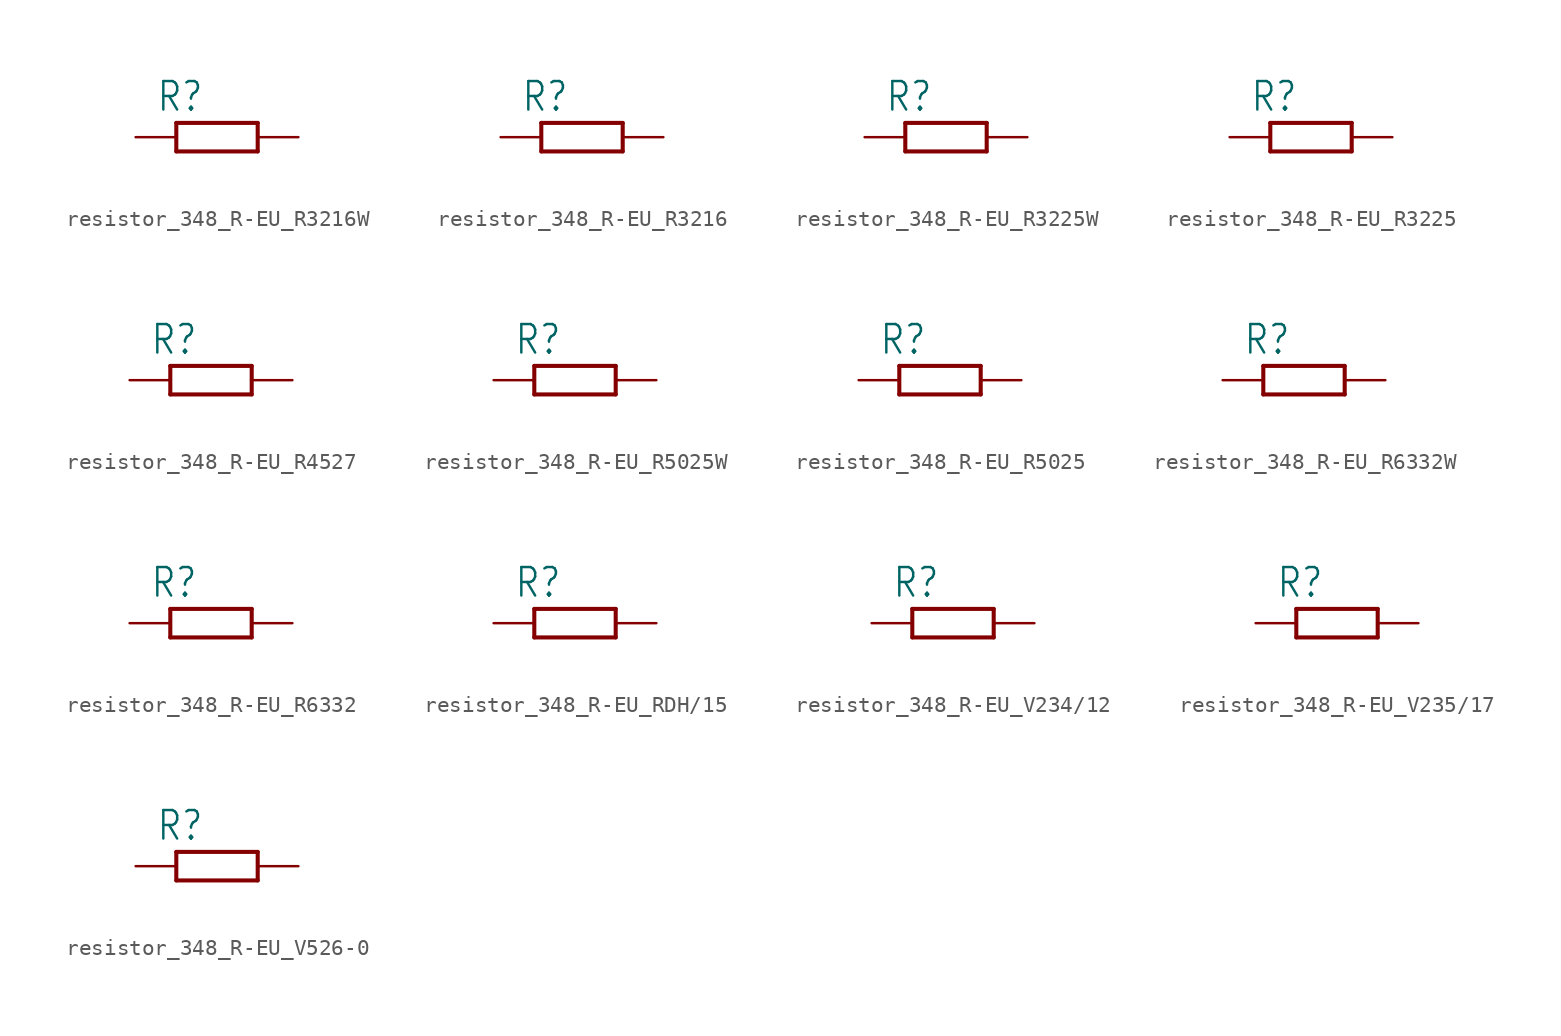
<source format=kicad_sym>
(kicad_symbol_lib
  (version 20241209)
  (generator "kicad_symbol_editor")
  (generator_version "9.0")
  (symbol "resistor_348_R-EU_R3216W"
    (property "Reference" "R"
      (at -3.81 1.499 0)
      (effects (font (size 1.778 1.511)) (justify left bottom)))
    (property "Value" ""
      (at -3.81 -3.302 0)
      (effects (font (size 1.778 1.511)) (justify left bottom)))
    (property "ki_locked" ""
      (at 0 0 0)
      (effects (font (size 1.27 1.27))))
    (symbol "resistor_348_R-EU_R3216W_1_0"
      (polyline (pts (xy -2.54 -0.889) (xy -2.54 0.889)) (stroke (width 0.254) (type solid)) (fill (type none)))
      (polyline (pts (xy -2.54 -0.889) (xy 2.54 -0.889)) (stroke (width 0.254) (type solid)) (fill (type none)))
      (polyline (pts (xy 2.54 0.889) (xy -2.54 0.889)) (stroke (width 0.254) (type solid)) (fill (type none)))
      (polyline (pts (xy 2.54 -0.889) (xy 2.54 0.889)) (stroke (width 0.254) (type solid)) (fill (type none)))
      (pin passive line (at -5.08 0 0) (length 2.54) (name "1" (effects (font (size 0 0)))) (number "1" (effects (font (size 0 0)))))
      (pin passive line (at 5.08 0 180) (length 2.54) (name "2" (effects (font (size 0 0)))) (number "2" (effects (font (size 0 0)))))))
  (symbol "resistor_348_R-EU_R3216"
    (property "Reference" "R"
      (at -3.81 1.499 0)
      (effects (font (size 1.778 1.511)) (justify left bottom)))
    (property "Value" ""
      (at -3.81 -3.302 0)
      (effects (font (size 1.778 1.511)) (justify left bottom)))
    (property "ki_locked" ""
      (at 0 0 0)
      (effects (font (size 1.27 1.27))))
    (symbol "resistor_348_R-EU_R3216_1_0"
      (polyline (pts (xy -2.54 -0.889) (xy -2.54 0.889)) (stroke (width 0.254) (type solid)) (fill (type none)))
      (polyline (pts (xy -2.54 -0.889) (xy 2.54 -0.889)) (stroke (width 0.254) (type solid)) (fill (type none)))
      (polyline (pts (xy 2.54 0.889) (xy -2.54 0.889)) (stroke (width 0.254) (type solid)) (fill (type none)))
      (polyline (pts (xy 2.54 -0.889) (xy 2.54 0.889)) (stroke (width 0.254) (type solid)) (fill (type none)))
      (pin passive line (at -5.08 0 0) (length 2.54) (name "1" (effects (font (size 0 0)))) (number "1" (effects (font (size 0 0)))))
      (pin passive line (at 5.08 0 180) (length 2.54) (name "2" (effects (font (size 0 0)))) (number "2" (effects (font (size 0 0)))))))
  (symbol "resistor_348_R-EU_R3225W"
    (property "Reference" "R"
      (at -3.81 1.499 0)
      (effects (font (size 1.778 1.511)) (justify left bottom)))
    (property "Value" ""
      (at -3.81 -3.302 0)
      (effects (font (size 1.778 1.511)) (justify left bottom)))
    (property "ki_locked" ""
      (at 0 0 0)
      (effects (font (size 1.27 1.27))))
    (symbol "resistor_348_R-EU_R3225W_1_0"
      (polyline (pts (xy -2.54 -0.889) (xy -2.54 0.889)) (stroke (width 0.254) (type solid)) (fill (type none)))
      (polyline (pts (xy -2.54 -0.889) (xy 2.54 -0.889)) (stroke (width 0.254) (type solid)) (fill (type none)))
      (polyline (pts (xy 2.54 0.889) (xy -2.54 0.889)) (stroke (width 0.254) (type solid)) (fill (type none)))
      (polyline (pts (xy 2.54 -0.889) (xy 2.54 0.889)) (stroke (width 0.254) (type solid)) (fill (type none)))
      (pin passive line (at -5.08 0 0) (length 2.54) (name "1" (effects (font (size 0 0)))) (number "1" (effects (font (size 0 0)))))
      (pin passive line (at 5.08 0 180) (length 2.54) (name "2" (effects (font (size 0 0)))) (number "2" (effects (font (size 0 0)))))))
  (symbol "resistor_348_R-EU_R3225"
    (property "Reference" "R"
      (at -3.81 1.499 0)
      (effects (font (size 1.778 1.511)) (justify left bottom)))
    (property "Value" ""
      (at -3.81 -3.302 0)
      (effects (font (size 1.778 1.511)) (justify left bottom)))
    (property "ki_locked" ""
      (at 0 0 0)
      (effects (font (size 1.27 1.27))))
    (symbol "resistor_348_R-EU_R3225_1_0"
      (polyline (pts (xy -2.54 -0.889) (xy -2.54 0.889)) (stroke (width 0.254) (type solid)) (fill (type none)))
      (polyline (pts (xy -2.54 -0.889) (xy 2.54 -0.889)) (stroke (width 0.254) (type solid)) (fill (type none)))
      (polyline (pts (xy 2.54 0.889) (xy -2.54 0.889)) (stroke (width 0.254) (type solid)) (fill (type none)))
      (polyline (pts (xy 2.54 -0.889) (xy 2.54 0.889)) (stroke (width 0.254) (type solid)) (fill (type none)))
      (pin passive line (at -5.08 0 0) (length 2.54) (name "1" (effects (font (size 0 0)))) (number "1" (effects (font (size 0 0)))))
      (pin passive line (at 5.08 0 180) (length 2.54) (name "2" (effects (font (size 0 0)))) (number "2" (effects (font (size 0 0)))))))
  (symbol "resistor_348_R-EU_R4527"
    (property "Reference" "R"
      (at -3.81 1.499 0)
      (effects (font (size 1.778 1.511)) (justify left bottom)))
    (property "Value" ""
      (at -3.81 -3.302 0)
      (effects (font (size 1.778 1.511)) (justify left bottom)))
    (property "ki_locked" ""
      (at 0 0 0)
      (effects (font (size 1.27 1.27))))
    (symbol "resistor_348_R-EU_R4527_1_0"
      (polyline (pts (xy -2.54 -0.889) (xy -2.54 0.889)) (stroke (width 0.254) (type solid)) (fill (type none)))
      (polyline (pts (xy -2.54 -0.889) (xy 2.54 -0.889)) (stroke (width 0.254) (type solid)) (fill (type none)))
      (polyline (pts (xy 2.54 0.889) (xy -2.54 0.889)) (stroke (width 0.254) (type solid)) (fill (type none)))
      (polyline (pts (xy 2.54 -0.889) (xy 2.54 0.889)) (stroke (width 0.254) (type solid)) (fill (type none)))
      (pin passive line (at -5.08 0 0) (length 2.54) (name "1" (effects (font (size 0 0)))) (number "1" (effects (font (size 0 0)))))
      (pin passive line (at 5.08 0 180) (length 2.54) (name "2" (effects (font (size 0 0)))) (number "2" (effects (font (size 0 0)))))))
  (symbol "resistor_348_R-EU_R5025W"
    (property "Reference" "R"
      (at -3.81 1.499 0)
      (effects (font (size 1.778 1.511)) (justify left bottom)))
    (property "Value" ""
      (at -3.81 -3.302 0)
      (effects (font (size 1.778 1.511)) (justify left bottom)))
    (property "ki_locked" ""
      (at 0 0 0)
      (effects (font (size 1.27 1.27))))
    (symbol "resistor_348_R-EU_R5025W_1_0"
      (polyline (pts (xy -2.54 -0.889) (xy -2.54 0.889)) (stroke (width 0.254) (type solid)) (fill (type none)))
      (polyline (pts (xy -2.54 -0.889) (xy 2.54 -0.889)) (stroke (width 0.254) (type solid)) (fill (type none)))
      (polyline (pts (xy 2.54 0.889) (xy -2.54 0.889)) (stroke (width 0.254) (type solid)) (fill (type none)))
      (polyline (pts (xy 2.54 -0.889) (xy 2.54 0.889)) (stroke (width 0.254) (type solid)) (fill (type none)))
      (pin passive line (at -5.08 0 0) (length 2.54) (name "1" (effects (font (size 0 0)))) (number "1" (effects (font (size 0 0)))))
      (pin passive line (at 5.08 0 180) (length 2.54) (name "2" (effects (font (size 0 0)))) (number "2" (effects (font (size 0 0)))))))
  (symbol "resistor_348_R-EU_R5025"
    (property "Reference" "R"
      (at -3.81 1.499 0)
      (effects (font (size 1.778 1.511)) (justify left bottom)))
    (property "Value" ""
      (at -3.81 -3.302 0)
      (effects (font (size 1.778 1.511)) (justify left bottom)))
    (property "ki_locked" ""
      (at 0 0 0)
      (effects (font (size 1.27 1.27))))
    (symbol "resistor_348_R-EU_R5025_1_0"
      (polyline (pts (xy -2.54 -0.889) (xy -2.54 0.889)) (stroke (width 0.254) (type solid)) (fill (type none)))
      (polyline (pts (xy -2.54 -0.889) (xy 2.54 -0.889)) (stroke (width 0.254) (type solid)) (fill (type none)))
      (polyline (pts (xy 2.54 0.889) (xy -2.54 0.889)) (stroke (width 0.254) (type solid)) (fill (type none)))
      (polyline (pts (xy 2.54 -0.889) (xy 2.54 0.889)) (stroke (width 0.254) (type solid)) (fill (type none)))
      (pin passive line (at -5.08 0 0) (length 2.54) (name "1" (effects (font (size 0 0)))) (number "1" (effects (font (size 0 0)))))
      (pin passive line (at 5.08 0 180) (length 2.54) (name "2" (effects (font (size 0 0)))) (number "2" (effects (font (size 0 0)))))))
  (symbol "resistor_348_R-EU_R6332W"
    (property "Reference" "R"
      (at -3.81 1.499 0)
      (effects (font (size 1.778 1.511)) (justify left bottom)))
    (property "Value" ""
      (at -3.81 -3.302 0)
      (effects (font (size 1.778 1.511)) (justify left bottom)))
    (property "ki_locked" ""
      (at 0 0 0)
      (effects (font (size 1.27 1.27))))
    (symbol "resistor_348_R-EU_R6332W_1_0"
      (polyline (pts (xy -2.54 -0.889) (xy -2.54 0.889)) (stroke (width 0.254) (type solid)) (fill (type none)))
      (polyline (pts (xy -2.54 -0.889) (xy 2.54 -0.889)) (stroke (width 0.254) (type solid)) (fill (type none)))
      (polyline (pts (xy 2.54 0.889) (xy -2.54 0.889)) (stroke (width 0.254) (type solid)) (fill (type none)))
      (polyline (pts (xy 2.54 -0.889) (xy 2.54 0.889)) (stroke (width 0.254) (type solid)) (fill (type none)))
      (pin passive line (at -5.08 0 0) (length 2.54) (name "1" (effects (font (size 0 0)))) (number "1" (effects (font (size 0 0)))))
      (pin passive line (at 5.08 0 180) (length 2.54) (name "2" (effects (font (size 0 0)))) (number "2" (effects (font (size 0 0)))))))
  (symbol "resistor_348_R-EU_R6332"
    (property "Reference" "R"
      (at -3.81 1.499 0)
      (effects (font (size 1.778 1.511)) (justify left bottom)))
    (property "Value" ""
      (at -3.81 -3.302 0)
      (effects (font (size 1.778 1.511)) (justify left bottom)))
    (property "ki_locked" ""
      (at 0 0 0)
      (effects (font (size 1.27 1.27))))
    (symbol "resistor_348_R-EU_R6332_1_0"
      (polyline (pts (xy -2.54 -0.889) (xy -2.54 0.889)) (stroke (width 0.254) (type solid)) (fill (type none)))
      (polyline (pts (xy -2.54 -0.889) (xy 2.54 -0.889)) (stroke (width 0.254) (type solid)) (fill (type none)))
      (polyline (pts (xy 2.54 0.889) (xy -2.54 0.889)) (stroke (width 0.254) (type solid)) (fill (type none)))
      (polyline (pts (xy 2.54 -0.889) (xy 2.54 0.889)) (stroke (width 0.254) (type solid)) (fill (type none)))
      (pin passive line (at -5.08 0 0) (length 2.54) (name "1" (effects (font (size 0 0)))) (number "1" (effects (font (size 0 0)))))
      (pin passive line (at 5.08 0 180) (length 2.54) (name "2" (effects (font (size 0 0)))) (number "2" (effects (font (size 0 0)))))))
  (symbol "resistor_348_R-EU_RDH/15"
    (property "Reference" "R"
      (at -3.81 1.499 0)
      (effects (font (size 1.778 1.511)) (justify left bottom)))
    (property "Value" ""
      (at -3.81 -3.302 0)
      (effects (font (size 1.778 1.511)) (justify left bottom)))
    (property "ki_locked" ""
      (at 0 0 0)
      (effects (font (size 1.27 1.27))))
    (symbol "resistor_348_R-EU_RDH/15_1_0"
      (polyline (pts (xy -2.54 -0.889) (xy -2.54 0.889)) (stroke (width 0.254) (type solid)) (fill (type none)))
      (polyline (pts (xy -2.54 -0.889) (xy 2.54 -0.889)) (stroke (width 0.254) (type solid)) (fill (type none)))
      (polyline (pts (xy 2.54 0.889) (xy -2.54 0.889)) (stroke (width 0.254) (type solid)) (fill (type none)))
      (polyline (pts (xy 2.54 -0.889) (xy 2.54 0.889)) (stroke (width 0.254) (type solid)) (fill (type none)))
      (pin passive line (at -5.08 0 0) (length 2.54) (name "1" (effects (font (size 0 0)))) (number "1" (effects (font (size 0 0)))))
      (pin passive line (at 5.08 0 180) (length 2.54) (name "2" (effects (font (size 0 0)))) (number "2" (effects (font (size 0 0)))))))
  (symbol "resistor_348_R-EU_V234/12"
    (property "Reference" "R"
      (at -3.81 1.499 0)
      (effects (font (size 1.778 1.511)) (justify left bottom)))
    (property "Value" ""
      (at -3.81 -3.302 0)
      (effects (font (size 1.778 1.511)) (justify left bottom)))
    (property "ki_locked" ""
      (at 0 0 0)
      (effects (font (size 1.27 1.27))))
    (symbol "resistor_348_R-EU_V234/12_1_0"
      (polyline (pts (xy -2.54 -0.889) (xy -2.54 0.889)) (stroke (width 0.254) (type solid)) (fill (type none)))
      (polyline (pts (xy -2.54 -0.889) (xy 2.54 -0.889)) (stroke (width 0.254) (type solid)) (fill (type none)))
      (polyline (pts (xy 2.54 0.889) (xy -2.54 0.889)) (stroke (width 0.254) (type solid)) (fill (type none)))
      (polyline (pts (xy 2.54 -0.889) (xy 2.54 0.889)) (stroke (width 0.254) (type solid)) (fill (type none)))
      (pin passive line (at -5.08 0 0) (length 2.54) (name "1" (effects (font (size 0 0)))) (number "1" (effects (font (size 0 0)))))
      (pin passive line (at 5.08 0 180) (length 2.54) (name "2" (effects (font (size 0 0)))) (number "2" (effects (font (size 0 0)))))))
  (symbol "resistor_348_R-EU_V235/17"
    (property "Reference" "R"
      (at -3.81 1.499 0)
      (effects (font (size 1.778 1.511)) (justify left bottom)))
    (property "Value" ""
      (at -3.81 -3.302 0)
      (effects (font (size 1.778 1.511)) (justify left bottom)))
    (property "ki_locked" ""
      (at 0 0 0)
      (effects (font (size 1.27 1.27))))
    (symbol "resistor_348_R-EU_V235/17_1_0"
      (polyline (pts (xy -2.54 -0.889) (xy -2.54 0.889)) (stroke (width 0.254) (type solid)) (fill (type none)))
      (polyline (pts (xy -2.54 -0.889) (xy 2.54 -0.889)) (stroke (width 0.254) (type solid)) (fill (type none)))
      (polyline (pts (xy 2.54 0.889) (xy -2.54 0.889)) (stroke (width 0.254) (type solid)) (fill (type none)))
      (polyline (pts (xy 2.54 -0.889) (xy 2.54 0.889)) (stroke (width 0.254) (type solid)) (fill (type none)))
      (pin passive line (at -5.08 0 0) (length 2.54) (name "1" (effects (font (size 0 0)))) (number "1" (effects (font (size 0 0)))))
      (pin passive line (at 5.08 0 180) (length 2.54) (name "2" (effects (font (size 0 0)))) (number "2" (effects (font (size 0 0)))))))
  (symbol "resistor_348_R-EU_V526-0"
    (property "Reference" "R"
      (at -3.81 1.499 0)
      (effects (font (size 1.778 1.511)) (justify left bottom)))
    (property "Value" ""
      (at -3.81 -3.302 0)
      (effects (font (size 1.778 1.511)) (justify left bottom)))
    (property "ki_locked" ""
      (at 0 0 0)
      (effects (font (size 1.27 1.27))))
    (symbol "resistor_348_R-EU_V526-0_1_0"
      (polyline (pts (xy -2.54 -0.889) (xy -2.54 0.889)) (stroke (width 0.254) (type solid)) (fill (type none)))
      (polyline (pts (xy -2.54 -0.889) (xy 2.54 -0.889)) (stroke (width 0.254) (type solid)) (fill (type none)))
      (polyline (pts (xy 2.54 0.889) (xy -2.54 0.889)) (stroke (width 0.254) (type solid)) (fill (type none)))
      (polyline (pts (xy 2.54 -0.889) (xy 2.54 0.889)) (stroke (width 0.254) (type solid)) (fill (type none)))
      (pin passive line (at -5.08 0 0) (length 2.54) (name "1" (effects (font (size 0 0)))) (number "1" (effects (font (size 0 0)))))
      (pin passive line (at 5.08 0 180) (length 2.54) (name "2" (effects (font (size 0 0)))) (number "2" (effects (font (size 0 0))))))))
</source>
